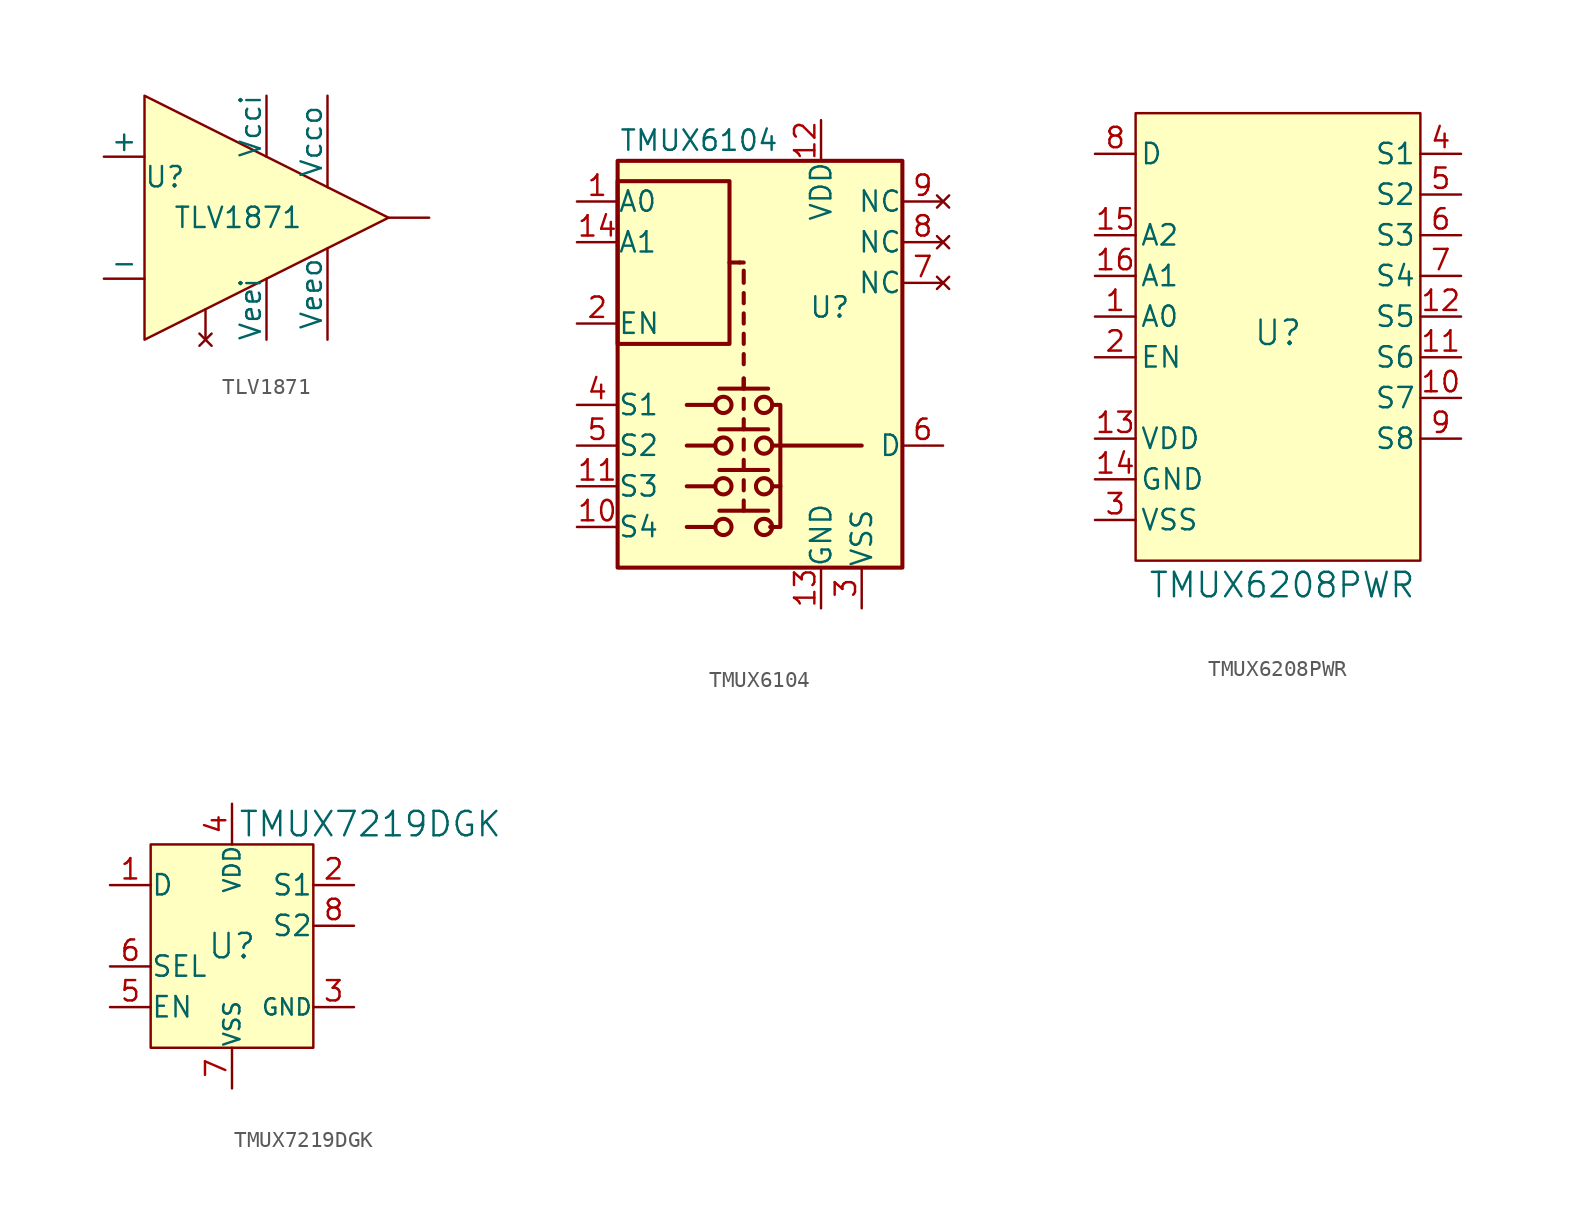
<source format=kicad_sym>
(kicad_symbol_lib
  (version 20241209)
  (generator "kicad_symbol_editor")
  (generator_version "9.0")
  (symbol "TLV1871"
    (pin_numbers
      (hide yes))
    (pin_names
      (offset 0))
    (property "Reference" "U"
      (at -6.35 2.54 0)
      (effects (font (size 1.27 1.27))))
    (property "Value" "TLV1871"
      (at -1.778 0 0)
      (effects (font (size 1.27 1.27))))
    (symbol "TLV1871_0_1"
      (polyline (pts (xy -7.62 7.62) (xy 7.62 0) (xy -7.62 -7.62) (xy -7.62 7.62)) (stroke (width 0) (type default)) (fill (type background))))
    (symbol "TLV1871_1_1"
      (pin input line (at -10.16 3.81 0) (length 2.54) (name "+" (effects (font (size 1.27 1.27)))) (number "2" (effects (font (size 1.27 1.27)))))
      (pin input line (at -10.16 -3.81 0) (length 2.54) (name "-" (effects (font (size 1.27 1.27)))) (number "3" (effects (font (size 1.27 1.27)))))
      (pin no_connect line (at -3.81 -7.62 90) (length 1.905) (name "" (effects (font (size 1.27 1.27)))) (number "5" (effects (font (size 1.27 1.27)))))
      (pin power_in line (at 0 7.62 270) (length 3.81) (name "Vcci" (effects (font (size 1.27 1.27)))) (number "8" (effects (font (size 1.27 1.27)))))
      (pin power_in line (at 0 -7.62 90) (length 3.81) (name "Veei" (effects (font (size 1.27 1.27)))) (number "4" (effects (font (size 1.27 1.27)))))
      (pin power_in line (at 3.81 7.62 270) (length 5.715) (name "Vcco" (effects (font (size 1.27 1.27)))) (number "6" (effects (font (size 1.27 1.27)))))
      (pin power_in line (at 3.81 -7.62 90) (length 5.715) (name "Veeo" (effects (font (size 1.27 1.27)))) (number "1" (effects (font (size 1.27 1.27)))))
      (pin output line (at 10.16 0 180) (length 2.54) (name "" (effects (font (size 1.27 1.27)))) (number "7" (effects (font (size 1.27 1.27)))))))
  (symbol "TMUX6104"
    (pin_names
      (offset 0.002))
    (property "Reference" "U"
      (at 3.048 3.556 0)
      (effects (font (size 1.27 1.27)) (justify left)))
    (property "Value" "TMUX6104"
      (at -3.81 13.97 0)
      (effects (font (size 1.27 1.27))))
    (symbol "TMUX6104_0_1"
      (rectangle (start -8.89 12.7) (end 8.89 -12.7) (stroke (width 0.254) (type default)) (fill (type background)))
      (rectangle (start -8.89 11.43) (end -1.905 1.27) (stroke (width 0.254) (type default)) (fill (type none)))
      (polyline (pts (xy -2.794 -2.54) (xy -4.572 -2.54)) (stroke (width 0.254) (type default)) (fill (type none)))
      (polyline (pts (xy -2.794 -5.08) (xy -4.572 -5.08)) (stroke (width 0.254) (type default)) (fill (type none)))
      (polyline (pts (xy -2.794 -7.62) (xy -4.572 -7.62)) (stroke (width 0.254) (type default)) (fill (type none)))
      (polyline (pts (xy -2.794 -10.16) (xy -4.572 -10.16)) (stroke (width 0.254) (type default)) (fill (type none)))
      (polyline (pts (xy -2.54 -1.524) (xy 0.508 -1.524)) (stroke (width 0.254) (type default)) (fill (type none)))
      (polyline (pts (xy -2.54 -4.064) (xy 0.508 -4.064)) (stroke (width 0.254) (type default)) (fill (type none)))
      (polyline (pts (xy -2.54 -6.604) (xy 0.508 -6.604)) (stroke (width 0.254) (type default)) (fill (type none)))
      (polyline (pts (xy -2.54 -9.144) (xy 0.508 -9.144)) (stroke (width 0.254) (type default)) (fill (type none)))
      (circle (center -2.286 -2.54) (radius 0.508) (stroke (width 0.254) (type default)) (fill (type none)))
      (circle (center -2.286 -5.08) (radius 0.508) (stroke (width 0.254) (type default)) (fill (type none)))
      (circle (center -2.286 -7.62) (radius 0.508) (stroke (width 0.254) (type default)) (fill (type none)))
      (circle (center -2.286 -10.16) (radius 0.508) (stroke (width 0.254) (type default)) (fill (type none)))
      (polyline (pts (xy -1.905 6.35) (xy -1.27 6.35)) (stroke (width 0.254) (type default)) (fill (type none)))
      (polyline (pts (xy -1.016 6.35) (xy -1.27 6.35)) (stroke (width 0.254) (type default)) (fill (type none)))
      (polyline (pts (xy -1.016 5.08) (xy -1.016 5.842)) (stroke (width 0.254) (type default)) (fill (type none)))
      (polyline (pts (xy -1.016 3.81) (xy -1.016 4.445)) (stroke (width 0.254) (type default)) (fill (type none)))
      (polyline (pts (xy -1.016 2.54) (xy -1.016 3.175)) (stroke (width 0.254) (type default)) (fill (type none)))
      (polyline (pts (xy -1.016 1.27) (xy -1.016 1.905)) (stroke (width 0.254) (type default)) (fill (type none)))
      (polyline (pts (xy -1.016 0) (xy -1.016 0.635)) (stroke (width 0.254) (type default)) (fill (type none)))
      (polyline (pts (xy -1.016 -1.524) (xy -1.016 -0.889)) (stroke (width 0.254) (type default)) (fill (type none)))
      (polyline (pts (xy -1.016 -1.524) (xy -1.016 -0.889)) (stroke (width 0.254) (type default)) (fill (type none)))
      (polyline (pts (xy -1.016 -2.794) (xy -1.016 -2.159)) (stroke (width 0.254) (type default)) (fill (type none)))
      (polyline (pts (xy -1.016 -4.064) (xy -1.016 -3.429)) (stroke (width 0.254) (type default)) (fill (type none)))
      (polyline (pts (xy -1.016 -5.334) (xy -1.016 -4.699)) (stroke (width 0.254) (type default)) (fill (type none)))
      (polyline (pts (xy -1.016 -6.604) (xy -1.016 -5.969)) (stroke (width 0.254) (type default)) (fill (type none)))
      (polyline (pts (xy -1.016 -7.874) (xy -1.016 -7.239)) (stroke (width 0.254) (type default)) (fill (type none)))
      (polyline (pts (xy -1.016 -9.144) (xy -1.016 -8.509)) (stroke (width 0.254) (type default)) (fill (type none)))
      (circle (center 0.254 -2.54) (radius 0.508) (stroke (width 0.254) (type default)) (fill (type none)))
      (circle (center 0.254 -5.08) (radius 0.508) (stroke (width 0.254) (type default)) (fill (type none)))
      (circle (center 0.254 -7.62) (radius 0.508) (stroke (width 0.254) (type default)) (fill (type none)))
      (circle (center 0.254 -10.16) (radius 0.508) (stroke (width 0.254) (type default)) (fill (type none)))
      (polyline (pts (xy 0.762 -2.54) (xy 1.27 -2.54) (xy 1.27 -10.16) (xy 0.635 -10.16)) (stroke (width 0.254) (type default)) (fill (type none)))
      (polyline (pts (xy 0.762 -5.08) (xy 1.27 -5.08)) (stroke (width 0.254) (type default)) (fill (type none)))
      (polyline (pts (xy 0.762 -7.62) (xy 1.27 -7.62)) (stroke (width 0.254) (type default)) (fill (type none)))
      (polyline (pts (xy 1.27 -5.08) (xy 6.35 -5.08)) (stroke (width 0.254) (type default)) (fill (type none))))
    (symbol "TMUX6104_1_0"
      (pin power_in line (at 3.81 -15.24 90) (length 2.54) (name "GND" (effects (font (size 1.27 1.27)))) (number "13" (effects (font (size 1.27 1.27))))))
    (symbol "TMUX6104_1_1"
      (pin input line (at -11.43 10.16 0) (length 2.54) (name "A0" (effects (font (size 1.27 1.27)))) (number "1" (effects (font (size 1.27 1.27)))))
      (pin input line (at -11.43 7.62 0) (length 2.54) (name "A1" (effects (font (size 1.27 1.27)))) (number "14" (effects (font (size 1.27 1.27)))))
      (pin input line (at -11.43 2.54 0) (length 2.54) (name "EN" (effects (font (size 1.27 1.27)))) (number "2" (effects (font (size 1.27 1.27)))))
      (pin bidirectional line (at -11.43 -2.54 0) (length 2.54) (name "S1" (effects (font (size 1.27 1.27)))) (number "4" (effects (font (size 1.27 1.27)))))
      (pin bidirectional line (at -11.43 -5.08 0) (length 2.54) (name "S2" (effects (font (size 1.27 1.27)))) (number "5" (effects (font (size 1.27 1.27)))))
      (pin bidirectional line (at -11.43 -7.62 0) (length 2.54) (name "S3" (effects (font (size 1.27 1.27)))) (number "11" (effects (font (size 1.27 1.27)))))
      (pin bidirectional line (at -11.43 -10.16 0) (length 2.54) (name "S4" (effects (font (size 1.27 1.27)))) (number "10" (effects (font (size 1.27 1.27)))))
      (pin power_in line (at 3.81 15.24 270) (length 2.54) (name "VDD" (effects (font (size 1.27 1.27)))) (number "12" (effects (font (size 1.27 1.27)))))
      (pin power_in line (at 6.35 -15.24 90) (length 2.54) (name "VSS" (effects (font (size 1.27 1.27)))) (number "3" (effects (font (size 1.27 1.27)))))
      (pin no_connect line (at 11.43 10.16 180) (length 2.54) (name "NC" (effects (font (size 1.27 1.27)))) (number "9" (effects (font (size 1.27 1.27)))))
      (pin no_connect line (at 11.43 7.62 180) (length 2.54) (name "NC" (effects (font (size 1.27 1.27)))) (number "8" (effects (font (size 1.27 1.27)))))
      (pin no_connect line (at 11.43 5.08 180) (length 2.54) (name "NC" (effects (font (size 1.27 1.27)))) (number "7" (effects (font (size 1.27 1.27)))))
      (pin bidirectional line (at 11.43 -5.08 180) (length 2.54) (name "D" (effects (font (size 1.27 1.27)))) (number "6" (effects (font (size 1.27 1.27)))))))
  (symbol "TMUX6208PWR"
    (pin_names
      (offset 0.254))
    (property "Reference" "U"
      (at 0 0.254 0)
      (effects (font (size 1.524 1.524))))
    (property "Value" "TMUX6208PWR"
      (at 0.254 -15.494 0)
      (effects (font (size 1.524 1.524))))
    (property "ki_locked" ""
      (at 0 0 0)
      (effects (font (size 1.27 1.27))))
    (symbol "TMUX6208PWR_0_1"
      (pin bidirectional line (at -11.43 11.43 0) (length 2.54) (name "D" (effects (font (size 1.27 1.27)))) (number "8" (effects (font (size 1.27 1.27)))))
      (pin input line (at -11.43 6.35 0) (length 2.54) (name "A2" (effects (font (size 1.27 1.27)))) (number "15" (effects (font (size 1.27 1.27)))))
      (pin input line (at -11.43 3.81 0) (length 2.54) (name "A1" (effects (font (size 1.27 1.27)))) (number "16" (effects (font (size 1.27 1.27)))))
      (pin input line (at -11.43 1.27 0) (length 2.54) (name "A0" (effects (font (size 1.27 1.27)))) (number "1" (effects (font (size 1.27 1.27)))))
      (pin input line (at -11.43 -1.27 0) (length 2.54) (name "EN" (effects (font (size 1.27 1.27)))) (number "2" (effects (font (size 1.27 1.27)))))
      (pin power_in line (at -11.43 -6.35 0) (length 2.54) (name "VDD" (effects (font (size 1.27 1.27)))) (number "13" (effects (font (size 1.27 1.27)))))
      (pin power_in line (at -11.43 -8.89 0) (length 2.54) (name "GND" (effects (font (size 1.27 1.27)))) (number "14" (effects (font (size 1.27 1.27)))))
      (pin power_in line (at -11.43 -11.43 0) (length 2.54) (name "VSS" (effects (font (size 1.27 1.27)))) (number "3" (effects (font (size 1.27 1.27)))))
      (pin bidirectional line (at 11.43 11.43 180) (length 2.54) (name "S1" (effects (font (size 1.27 1.27)))) (number "4" (effects (font (size 1.27 1.27)))))
      (pin bidirectional line (at 11.43 8.89 180) (length 2.54) (name "S2" (effects (font (size 1.27 1.27)))) (number "5" (effects (font (size 1.27 1.27)))))
      (pin bidirectional line (at 11.43 6.35 180) (length 2.54) (name "S3" (effects (font (size 1.27 1.27)))) (number "6" (effects (font (size 1.27 1.27)))))
      (pin bidirectional line (at 11.43 3.81 180) (length 2.54) (name "S4" (effects (font (size 1.27 1.27)))) (number "7" (effects (font (size 1.27 1.27)))))
      (pin bidirectional line (at 11.43 1.27 180) (length 2.54) (name "S5" (effects (font (size 1.27 1.27)))) (number "12" (effects (font (size 1.27 1.27)))))
      (pin bidirectional line (at 11.43 -1.27 180) (length 2.54) (name "S6" (effects (font (size 1.27 1.27)))) (number "11" (effects (font (size 1.27 1.27)))))
      (pin bidirectional line (at 11.43 -3.81 180) (length 2.54) (name "S7" (effects (font (size 1.27 1.27)))) (number "10" (effects (font (size 1.27 1.27)))))
      (pin bidirectional line (at 11.43 -6.35 180) (length 2.54) (name "S8" (effects (font (size 1.27 1.27)))) (number "9" (effects (font (size 1.27 1.27))))))
    (symbol "TMUX6208PWR_1_1"
      (rectangle (start -8.89 13.97) (end 8.89 -13.97) (stroke (width 0) (type default)) (fill (type background)))))
  (symbol "TMUX7219DGK"
    (pin_names
      (offset 0.002))
    (property "Reference" "U"
      (at 0 0 0)
      (effects (font (size 1.524 1.524))))
    (property "Value" "TMUX7219DGK"
      (at 8.636 7.62 0)
      (effects (font (size 1.524 1.524))))
    (symbol "TMUX7219DGK_0_1"
      (pin bidirectional line (at -7.62 3.81 0) (length 2.54) (name "D" (effects (font (size 1.27 1.27)))) (number "1" (effects (font (size 1.27 1.27)))))
      (pin input line (at -7.62 -1.27 0) (length 2.54) (name "SEL" (effects (font (size 1.27 1.27)))) (number "6" (effects (font (size 1.27 1.27)))))
      (pin input line (at -7.62 -3.81 0) (length 2.54) (name "EN" (effects (font (size 1.27 1.27)))) (number "5" (effects (font (size 1.27 1.27)))))
      (pin power_in line (at 0 8.89 270) (length 2.54) (name "VDD" (effects (font (size 1.016 1.016)))) (number "4" (effects (font (size 1.27 1.27)))))
      (pin power_in line (at 0 -8.89 90) (length 2.54) (name "VSS" (effects (font (size 1.016 1.016)))) (number "7" (effects (font (size 1.27 1.27)))))
      (pin bidirectional line (at 7.62 3.81 180) (length 2.54) (name "S1" (effects (font (size 1.27 1.27)))) (number "2" (effects (font (size 1.27 1.27)))))
      (pin bidirectional line (at 7.62 1.27 180) (length 2.54) (name "S2" (effects (font (size 1.27 1.27)))) (number "8" (effects (font (size 1.27 1.27)))))
      (pin power_in line (at 7.62 -3.81 180) (length 2.54) (name "GND" (effects (font (size 1.016 1.016)))) (number "3" (effects (font (size 1.27 1.27))))))
    (symbol "TMUX7219DGK_1_1"
      (rectangle (start -5.08 6.35) (end 5.08 -6.35) (stroke (width 0) (type default)) (fill (type background))))))
</source>
